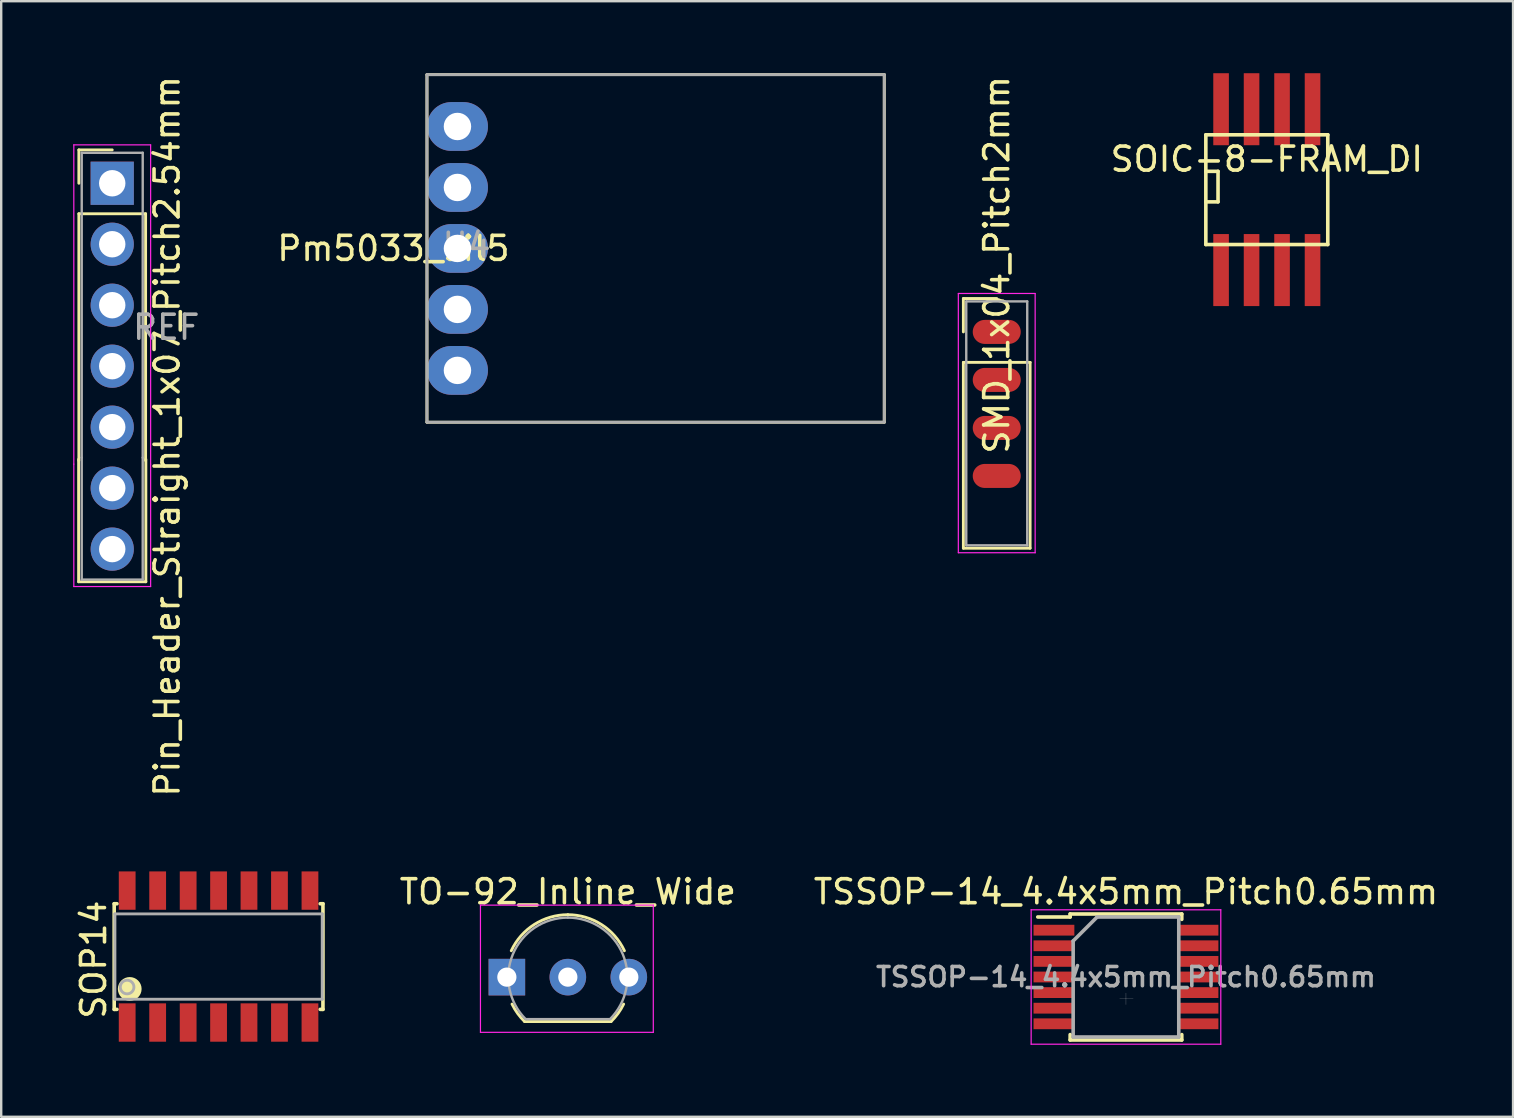
<source format=kicad_pcb>
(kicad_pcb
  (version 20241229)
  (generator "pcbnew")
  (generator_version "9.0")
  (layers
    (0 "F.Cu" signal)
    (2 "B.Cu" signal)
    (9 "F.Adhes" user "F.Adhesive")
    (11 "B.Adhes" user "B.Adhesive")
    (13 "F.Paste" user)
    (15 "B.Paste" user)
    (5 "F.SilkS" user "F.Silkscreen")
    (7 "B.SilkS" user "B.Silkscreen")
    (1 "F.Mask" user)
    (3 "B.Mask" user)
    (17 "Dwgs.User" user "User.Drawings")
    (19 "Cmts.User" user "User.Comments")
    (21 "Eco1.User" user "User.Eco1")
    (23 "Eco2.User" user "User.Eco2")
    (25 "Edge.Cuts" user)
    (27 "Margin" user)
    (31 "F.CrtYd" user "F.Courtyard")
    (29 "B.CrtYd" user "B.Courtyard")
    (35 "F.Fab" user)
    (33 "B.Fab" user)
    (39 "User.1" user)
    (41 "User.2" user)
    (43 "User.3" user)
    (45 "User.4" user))
  (footprint "Pin_Header_Straight_1x07_Pitch2.54mm"
    (layer "F.Cu")
    (at 1.625 4.584)
    (property "Reference" "Pin_Header_Straight_1x07_Pitch2.54mm" (at 2.286 10.541 90) (layer "F.SilkS") (effects (font (size 1 1) (thickness 0.15))))
    (attr through_hole)
    (fp_line (start -1.4 16.6) (end -1.4 11.5) (stroke (width 0.12) (type solid)) (layer "F.SilkS"))
    (fp_line (start -1.39 -1.39) (end 0 -1.39) (stroke (width 0.12) (type solid)) (layer "F.SilkS"))
    (fp_line (start -1.39 0) (end -1.39 -1.39) (stroke (width 0.12) (type solid)) (layer "F.SilkS"))
    (fp_line (start -1.39 1.27) (end -1.39 11.55) (stroke (width 0.12) (type solid)) (layer "F.SilkS"))
    (fp_line (start 1.39 1.27) (end -1.39 1.27) (stroke (width 0.12) (type solid)) (layer "F.SilkS"))
    (fp_line (start 1.39 11.55) (end 1.39 1.27) (stroke (width 0.12) (type solid)) (layer "F.SilkS"))
    (fp_line (start 1.4 11.5) (end 1.4 16.6) (stroke (width 0.12) (type solid)) (layer "F.SilkS"))
    (fp_line (start 1.4 16.6) (end -1.4 16.6) (stroke (width 0.12) (type solid)) (layer "F.SilkS"))
    (fp_line (start -1.6 -1.6) (end -1.6 11.7) (stroke (width 0.05) (type solid)) (layer "F.CrtYd"))
    (fp_line (start -1.6 11.7) (end -1.6 16.8) (stroke (width 0.05) (type solid)) (layer "F.CrtYd"))
    (fp_line (start -1.6 16.8) (end 1.6 16.8) (stroke (width 0.05) (type solid)) (layer "F.CrtYd"))
    (fp_line (start 1.6 -1.6) (end -1.6 -1.6) (stroke (width 0.05) (type solid)) (layer "F.CrtYd"))
    (fp_line (start 1.6 11.7) (end 1.6 -1.6) (stroke (width 0.05) (type solid)) (layer "F.CrtYd"))
    (fp_line (start 1.6 16.8) (end 1.6 11.7) (stroke (width 0.05) (type solid)) (layer "F.CrtYd"))
    (fp_line (start -1.27 -1.27) (end -1.27 11.43) (stroke (width 0.1) (type solid)) (layer "F.Fab"))
    (fp_line (start -1.27 11.43) (end -1.27 16.51) (stroke (width 0.1) (type solid)) (layer "F.Fab"))
    (fp_line (start -1.27 16.51) (end 1.27 16.51) (stroke (width 0.1) (type solid)) (layer "F.Fab"))
    (fp_line (start 1.27 -1.27) (end -1.27 -1.27) (stroke (width 0.1) (type solid)) (layer "F.Fab"))
    (fp_line (start 1.27 11.43) (end 1.27 -1.27) (stroke (width 0.1) (type solid)) (layer "F.Fab"))
    (fp_line (start 1.27 16.51) (end 1.27 11.43) (stroke (width 0.1) (type solid)) (layer "F.Fab"))
    (fp_text user "REF" (at 2.25 6 0) (layer "F.Fab") (effects (font (size 1 1) (thickness 0.15))))
    (pad "1" thru_hole rect (at 0 0) (size 1.8 1.8) (drill 1.1) (layers "*.Cu" "*.Mask"))
    (pad "2" thru_hole circle (at 0 2.54) (size 1.8 1.8) (drill 1.1) (layers "*.Cu" "*.Mask"))
    (pad "3" thru_hole circle (at 0 5.08) (size 1.8 1.8) (drill 1.1) (layers "*.Cu" "*.Mask"))
    (pad "4" thru_hole circle (at 0 7.62) (size 1.8 1.8) (drill 1.1) (layers "*.Cu" "*.Mask"))
    (pad "5" thru_hole circle (at 0 10.16) (size 1.8 1.8) (drill 1.1) (layers "*.Cu" "*.Mask"))
    (pad "5" thru_hole circle (at 0 15.24) (size 1.8 1.8) (drill 1.1) (layers "*.Cu" "*.Mask"))
    (pad "6" thru_hole circle (at 0 12.7) (size 1.8 1.8) (drill 1.1) (layers "*.Cu" "*.Mask")))
  (footprint "SOP14"
    (layer "F.Cu")
    (at 6.055 36.797)
    (property "Reference" "SOP14" (at -5.207 0.127 90) (layer "F.SilkS") (effects (font (size 1 1) (thickness 0.15))))
    (attr through_hole)
    (fp_line (start -4.348 -2.2) (end -4.348 2.2) (stroke (width 0.15) (type solid)) (layer "F.SilkS"))
    (fp_line (start -4.348 -2.2) (end -4.234 -2.2) (stroke (width 0.15) (type solid)) (layer "F.SilkS"))
    (fp_line (start -4.348 2.2) (end -4.234 2.2) (stroke (width 0.15) (type solid)) (layer "F.SilkS"))
    (fp_line (start -3.701 1.346) (end -3.701 1.346) (stroke (width 0.3) (type solid)) (layer "F.SilkS"))
    (fp_line (start 4.234 -2.2) (end 4.348 -2.2) (stroke (width 0.15) (type solid)) (layer "F.SilkS"))
    (fp_line (start 4.234 2.2) (end 4.348 2.2) (stroke (width 0.15) (type solid)) (layer "F.SilkS"))
    (fp_line (start 4.348 -2.2) (end 4.348 2.2) (stroke (width 0.15) (type solid)) (layer "F.SilkS"))
    (fp_circle (center -3.701 1.349) (end -3.599 1.4) (stroke (width 0.381) (type solid)) (fill no) (layer "F.SilkS"))
    (fp_circle (center -3.701 1.349) (end -3.5 1.45) (stroke (width 0.381) (type solid)) (fill no) (layer "F.SilkS"))
    (fp_line (start -4.318 -1.778) (end -4.318 1.778) (stroke (width 0.12) (type solid)) (layer "F.Fab"))
    (fp_line (start -4.318 1.778) (end 4.318 1.778) (stroke (width 0.12) (type solid)) (layer "F.Fab"))
    (fp_line (start 4.318 -1.778) (end -4.318 -1.778) (stroke (width 0.12) (type solid)) (layer "F.Fab"))
    (fp_line (start 4.318 1.778) (end 4.318 -1.778) (stroke (width 0.12) (type solid)) (layer "F.Fab"))
    (fp_circle (center -3.81 1.27) (end -3.556 1.397) (stroke (width 0.12) (type solid)) (fill no) (layer "F.Fab"))
    (pad "1" smd rect (at -3.807 2.748 180) (size 0.699 1.598) (layers "F.Cu" "F.Mask" "F.Paste"))
    (pad "2" smd rect (at -2.537 2.748 180) (size 0.699 1.598) (layers "F.Cu" "F.Mask" "F.Paste"))
    (pad "3" smd rect (at -1.267 2.748 180) (size 0.699 1.598) (layers "F.Cu" "F.Mask" "F.Paste"))
    (pad "4" smd rect (at 0 2.748 180) (size 0.699 1.598) (layers "F.Cu" "F.Mask" "F.Paste"))
    (pad "5" smd rect (at 1.267 2.748 180) (size 0.699 1.598) (layers "F.Cu" "F.Mask" "F.Paste"))
    (pad "6" smd rect (at 2.537 2.748 180) (size 0.699 1.598) (layers "F.Cu" "F.Mask" "F.Paste"))
    (pad "7" smd rect (at 3.807 2.748 180) (size 0.699 1.598) (layers "F.Cu" "F.Mask" "F.Paste"))
    (pad "8" smd rect (at 3.807 -2.748) (size 0.699 1.598) (layers "F.Cu" "F.Mask" "F.Paste"))
    (pad "9" smd rect (at 2.537 -2.748) (size 0.699 1.598) (layers "F.Cu" "F.Mask" "F.Paste"))
    (pad "10" smd rect (at 1.267 -2.748) (size 0.699 1.598) (layers "F.Cu" "F.Mask" "F.Paste"))
    (pad "11" smd rect (at 0 -2.748) (size 0.699 1.598) (layers "F.Cu" "F.Mask" "F.Paste"))
    (pad "12" smd rect (at -1.267 -2.748) (size 0.699 1.598) (layers "F.Cu" "F.Mask" "F.Paste"))
    (pad "13" smd rect (at -2.537 -2.748) (size 0.699 1.598) (layers "F.Cu" "F.Mask" "F.Paste"))
    (pad "14" smd rect (at -3.807 -2.748) (size 0.699 1.598) (layers "F.Cu" "F.Mask" "F.Paste")))
  (footprint "Pm5033_sil5"
    (layer "F.Cu")
    (at 16.006 2.219)
    (property "Reference" "Pm5033_sil5" (at -2.667 5.08 0) (layer "F.SilkS") (effects (font (size 1 1) (thickness 0.15))))
    (attr through_hole)
    (fp_line (start -1.27 -2.159) (end -1.27 12.319) (stroke (width 0.12) (type solid)) (layer "F.SilkS"))
    (fp_line (start -1.27 12.319) (end 17.78 12.319) (stroke (width 0.12) (type solid)) (layer "F.SilkS"))
    (fp_line (start 17.78 -2.159) (end -1.27 -2.159) (stroke (width 0.12) (type solid)) (layer "F.SilkS"))
    (fp_line (start 17.78 12.319) (end 17.78 -2.159) (stroke (width 0.12) (type solid)) (layer "F.SilkS"))
    (fp_line (start -1.27 12.319) (end -1.27 -2.159) (stroke (width 0.12) (type solid)) (layer "F.Fab"))
    (fp_line (start -1.27 12.319) (end 17.78 12.319) (stroke (width 0.12) (type solid)) (layer "F.Fab"))
    (fp_line (start 17.78 -2.159) (end -1.27 -2.159) (stroke (width 0.12) (type solid)) (layer "F.Fab"))
    (fp_line (start 17.78 12.319) (end 17.78 -2.159) (stroke (width 0.12) (type solid)) (layer "F.Fab"))
    (fp_text user "U4" (at 0.381 4.953 0) (layer "F.Fab") (effects (font (size 1 1) (thickness 0.15))))
    (pad "1" thru_hole oval (at 0 0 90) (size 2.032 2.54) (drill 1.143) (layers "*.Cu" "*.Mask"))
    (pad "2" thru_hole oval (at 0 2.54 90) (size 2.032 2.54) (drill 1.143) (layers "*.Cu" "*.Mask"))
    (pad "3" thru_hole oval (at 0 5.08 90) (size 2.032 2.54) (drill 1.143) (layers "*.Cu" "*.Mask"))
    (pad "4" thru_hole oval (at 0 7.62 90) (size 2.032 2.54) (drill 1.143) (layers "*.Cu" "*.Mask"))
    (pad "5" thru_hole oval (at 0 10.16 90) (size 2.032 2.54) (drill 1.143) (layers "*.Cu" "*.Mask")))
  (footprint "SMD_1x04_Pitch2mm"
    (layer "F.Cu")
    (at 38.471 10.776)
    (property "Reference" "SMD_1x04_Pitch2mm" (at 0 -2.794 90) (layer "F.SilkS") (effects (font (size 1 1) (thickness 0.15))))
    (attr through_hole)
    (fp_line (start -1.39 -1.39) (end 0 -1.39) (stroke (width 0.12) (type solid)) (layer "F.SilkS"))
    (fp_line (start -1.39 0) (end -1.39 -1.39) (stroke (width 0.12) (type solid)) (layer "F.SilkS"))
    (fp_line (start -1.39 1.27) (end -1.39 9.01) (stroke (width 0.12) (type solid)) (layer "F.SilkS"))
    (fp_line (start -1.39 9.01) (end 1.39 9.01) (stroke (width 0.12) (type solid)) (layer "F.SilkS"))
    (fp_line (start 1.39 1.27) (end -1.39 1.27) (stroke (width 0.12) (type solid)) (layer "F.SilkS"))
    (fp_line (start 1.39 9.01) (end 1.39 1.27) (stroke (width 0.12) (type solid)) (layer "F.SilkS"))
    (fp_line (start -1.6 -1.6) (end -1.6 9.2) (stroke (width 0.05) (type solid)) (layer "F.CrtYd"))
    (fp_line (start -1.6 9.2) (end 1.6 9.2) (stroke (width 0.05) (type solid)) (layer "F.CrtYd"))
    (fp_line (start 1.6 -1.6) (end -1.6 -1.6) (stroke (width 0.05) (type solid)) (layer "F.CrtYd"))
    (fp_line (start 1.6 9.2) (end 1.6 -1.6) (stroke (width 0.05) (type solid)) (layer "F.CrtYd"))
    (fp_line (start -1.27 -1.27) (end -1.27 8.89) (stroke (width 0.1) (type solid)) (layer "F.Fab"))
    (fp_line (start -1.27 8.89) (end 1.27 8.89) (stroke (width 0.1) (type solid)) (layer "F.Fab"))
    (fp_line (start 1.27 -1.27) (end -1.27 -1.27) (stroke (width 0.1) (type solid)) (layer "F.Fab"))
    (fp_line (start 1.27 8.89) (end 1.27 -1.27) (stroke (width 0.1) (type solid)) (layer "F.Fab"))
    (pad "1" smd oval (at 0 0) (size 2 1) (layers "F.Cu" "F.Mask" "F.Paste"))
    (pad "2" smd oval (at 0 2) (size 2 1) (layers "F.Cu" "F.Mask" "F.Paste"))
    (pad "3" smd oval (at 0 4) (size 2 1) (layers "F.Cu" "F.Mask" "F.Paste"))
    (pad "4" smd oval (at 0 6) (size 2 1) (layers "F.Cu" "F.Mask" "F.Paste")))
  (footprint "TO-92_Inline_Wide"
    (layer "F.Cu")
    (at 18.064 37.654)
    (property "Reference" "TO-92_Inline_Wide" (at 2.54 -3.556 180) (layer "F.SilkS") (effects (font (size 1 1) (thickness 0.15))))
    (attr through_hole)
    (fp_line (start 0.74 1.85) (end 4.34 1.85) (stroke (width 0.12) (type solid)) (layer "F.SilkS"))
    (fp_arc (start 0.1836 -1.098807) (mid 1.143021 -2.192817) (end 2.54 -2.6) (stroke (width 0.12) (type solid)) (layer "F.SilkS"))
    (fp_arc (start 0.74 1.85) (mid 0.446097 1.509328) (end 0.215816 1.122795) (stroke (width 0.12) (type solid)) (layer "F.SilkS"))
    (fp_arc (start 2.54 -2.6) (mid 3.936979 -2.192818) (end 4.8964 -1.098807) (stroke (width 0.12) (type solid)) (layer "F.SilkS"))
    (fp_arc (start 4.864184 1.122795) (mid 4.633903 1.509328) (end 4.34 1.85) (stroke (width 0.12) (type solid)) (layer "F.SilkS"))
    (fp_line (start -1.1 -3) (end 6.1 -3) (stroke (width 0.05) (type solid)) (layer "F.CrtYd"))
    (fp_line (start -1.1 2.3) (end -1.1 -3) (stroke (width 0.05) (type solid)) (layer "F.CrtYd"))
    (fp_line (start 6.1 -3) (end 6.1 2.3) (stroke (width 0.05) (type solid)) (layer "F.CrtYd"))
    (fp_line (start 6.1 2.3) (end -1.1 2.3) (stroke (width 0.05) (type solid)) (layer "F.CrtYd"))
    (fp_line (start 0.8 1.75) (end 4.3 1.75) (stroke (width 0.1) (type solid)) (layer "F.Fab"))
    (fp_arc (start 0.786375 1.753625) (mid 0.248779 -0.949055) (end 2.54 -2.48) (stroke (width 0.1) (type solid)) (layer "F.Fab"))
    (fp_arc (start 2.54 -2.48) (mid 4.831221 -0.949055) (end 4.293625 1.753625) (stroke (width 0.1) (type solid)) (layer "F.Fab"))
    (pad "D" thru_hole circle (at 5.08 0 90) (size 1.524 1.524) (drill 0.8) (layers "*.Cu" "*.Mask"))
    (pad "G" thru_hole circle (at 2.54 0 90) (size 1.524 1.524) (drill 0.8) (layers "*.Cu" "*.Mask"))
    (pad "S" thru_hole rect (at 0 0 90) (size 1.524 1.524) (drill 0.8) (layers "*.Cu" "*.Mask")))
  (footprint "SOIC-8-FRAM_DI"
    (layer "F.Cu")
    (at 49.721 4.85)
    (property "Reference" "SOIC-8-FRAM_DI" (at 0 -1.27 0) (layer "F.SilkS") (effects (font (size 1 1) (thickness 0.15))))
    (attr smd)
    (fp_line (start -2.54 -2.286) (end 2.54 -2.286) (stroke (width 0.15) (type solid)) (layer "F.SilkS"))
    (fp_line (start -2.54 -0.762) (end -2.032 -0.762) (stroke (width 0.15) (type solid)) (layer "F.SilkS"))
    (fp_line (start -2.54 2.286) (end -2.54 -2.286) (stroke (width 0.15) (type solid)) (layer "F.SilkS"))
    (fp_line (start -2.032 -0.762) (end -2.032 0.508) (stroke (width 0.15) (type solid)) (layer "F.SilkS"))
    (fp_line (start -2.032 0.508) (end -2.54 0.508) (stroke (width 0.15) (type solid)) (layer "F.SilkS"))
    (fp_line (start 2.54 -2.286) (end 2.54 2.286) (stroke (width 0.15) (type solid)) (layer "F.SilkS"))
    (fp_line (start 2.54 2.286) (end -2.54 2.286) (stroke (width 0.15) (type solid)) (layer "F.SilkS"))
    (pad "1" smd rect (at -1.905 3.35) (size 0.65 3) (layers "F.Cu" "F.Mask" "F.Paste"))
    (pad "2" smd rect (at -0.635 3.35) (size 0.65 3) (layers "F.Cu" "F.Mask" "F.Paste"))
    (pad "3" smd rect (at 0.635 3.35) (size 0.65 3) (layers "F.Cu" "F.Mask" "F.Paste"))
    (pad "4" smd rect (at 1.905 3.35) (size 0.65 3) (layers "F.Cu" "F.Mask" "F.Paste"))
    (pad "5" smd rect (at 1.905 -3.35) (size 0.65 3) (layers "F.Cu" "F.Mask" "F.Paste"))
    (pad "6" smd rect (at 0.635 -3.35) (size 0.65 3) (layers "F.Cu" "F.Mask" "F.Paste"))
    (pad "7" smd rect (at -0.635 -3.35) (size 0.65 3) (layers "F.Cu" "F.Mask" "F.Paste"))
    (pad "8" smd rect (at -1.905 -3.35) (size 0.65 3) (layers "F.Cu" "F.Mask" "F.Paste")))
  (footprint "TSSOP-14_4.4x5mm_Pitch0.65mm"
    (layer "F.Cu")
    (at 43.854 37.648)
    (property "Reference" "TSSOP-14_4.4x5mm_Pitch0.65mm" (at 0 -3.55 0) (layer "F.SilkS") (effects (font (size 1 1) (thickness 0.15))))
    (attr smd)
    (fp_line (start -2.325 -2.625) (end -2.325 -2.5) (stroke (width 0.15) (type solid)) (layer "F.SilkS"))
    (fp_line (start -2.325 -2.625) (end 2.325 -2.625) (stroke (width 0.15) (type solid)) (layer "F.SilkS"))
    (fp_line (start -2.325 -2.5) (end -3.675 -2.5) (stroke (width 0.15) (type solid)) (layer "F.SilkS"))
    (fp_line (start -2.325 2.625) (end -2.325 2.4) (stroke (width 0.15) (type solid)) (layer "F.SilkS"))
    (fp_line (start -2.325 2.625) (end 2.325 2.625) (stroke (width 0.15) (type solid)) (layer "F.SilkS"))
    (fp_line (start 2.325 -2.625) (end 2.325 -2.4) (stroke (width 0.15) (type solid)) (layer "F.SilkS"))
    (fp_line (start 2.325 2.625) (end 2.325 2.4) (stroke (width 0.15) (type solid)) (layer "F.SilkS"))
    (fp_line (start -3.95 -2.8) (end -3.95 2.8) (stroke (width 0.05) (type solid)) (layer "F.CrtYd"))
    (fp_line (start -3.95 -2.8) (end 3.95 -2.8) (stroke (width 0.05) (type solid)) (layer "F.CrtYd"))
    (fp_line (start -3.95 2.8) (end 3.95 2.8) (stroke (width 0.05) (type solid)) (layer "F.CrtYd"))
    (fp_line (start 3.95 -2.8) (end 3.95 2.8) (stroke (width 0.05) (type solid)) (layer "F.CrtYd"))
    (fp_line (start -2.2 -1.5) (end -1.2 -2.5) (stroke (width 0.15) (type solid)) (layer "F.Fab"))
    (fp_line (start -2.2 2.5) (end -2.2 -1.5) (stroke (width 0.15) (type solid)) (layer "F.Fab"))
    (fp_line (start -1.2 -2.5) (end 2.2 -2.5) (stroke (width 0.15) (type solid)) (layer "F.Fab"))
    (fp_line (start 0 0.91) (end -0.26 0.91) (stroke (width 0.01) (type solid)) (layer "F.Fab"))
    (fp_line (start 0 0.91) (end 0 0.67) (stroke (width 0.01) (type solid)) (layer "F.Fab"))
    (fp_line (start 0 0.91) (end 0 1.15) (stroke (width 0.01) (type solid)) (layer "F.Fab"))
    (fp_line (start 0 0.91) (end 0.3 0.91) (stroke (width 0.01) (type solid)) (layer "F.Fab"))
    (fp_line (start 2.2 -2.5) (end 2.2 2.5) (stroke (width 0.15) (type solid)) (layer "F.Fab"))
    (fp_line (start 2.2 2.5) (end -2.2 2.5) (stroke (width 0.15) (type solid)) (layer "F.Fab"))
    (fp_text user "${REFERENCE}" (at 0 0 0) (layer "F.Fab") (effects (font (size 0.8 0.8) (thickness 0.15))))
    (pad "1" smd rect (at -3 -1.95) (size 1.7 0.45) (layers "F.Cu" "F.Mask" "F.Paste"))
    (pad "2" smd rect (at -3 -1.3) (size 1.7 0.45) (layers "F.Cu" "F.Mask" "F.Paste"))
    (pad "3" smd rect (at -3 -0.65) (size 1.7 0.45) (layers "F.Cu" "F.Mask" "F.Paste"))
    (pad "4" smd rect (at -3 0) (size 1.7 0.45) (layers "F.Cu" "F.Mask" "F.Paste"))
    (pad "5" smd rect (at -3 0.65) (size 1.7 0.45) (layers "F.Cu" "F.Mask" "F.Paste"))
    (pad "6" smd rect (at -3 1.3) (size 1.7 0.45) (layers "F.Cu" "F.Mask" "F.Paste"))
    (pad "7" smd rect (at -3 1.95) (size 1.7 0.45) (layers "F.Cu" "F.Mask" "F.Paste"))
    (pad "8" smd rect (at 3 1.95) (size 1.7 0.45) (layers "F.Cu" "F.Mask" "F.Paste"))
    (pad "9" smd rect (at 3 1.3) (size 1.7 0.45) (layers "F.Cu" "F.Mask" "F.Paste"))
    (pad "10" smd rect (at 3 0.65) (size 1.7 0.45) (layers "F.Cu" "F.Mask" "F.Paste"))
    (pad "11" smd rect (at 3 0) (size 1.7 0.45) (layers "F.Cu" "F.Mask" "F.Paste"))
    (pad "12" smd rect (at 3 -0.65) (size 1.7 0.45) (layers "F.Cu" "F.Mask" "F.Paste"))
    (pad "13" smd rect (at 3 -1.3) (size 1.7 0.45) (layers "F.Cu" "F.Mask" "F.Paste"))
    (pad "14" smd rect (at 3 -1.95) (size 1.7 0.45) (layers "F.Cu" "F.Mask" "F.Paste")))
  (gr_rect
    (start -3 -3)
    (end 59.979 43.473)
    (stroke (width 0.1) (type default))
    (fill no)
    (layer "Edge.Cuts")))
</source>
